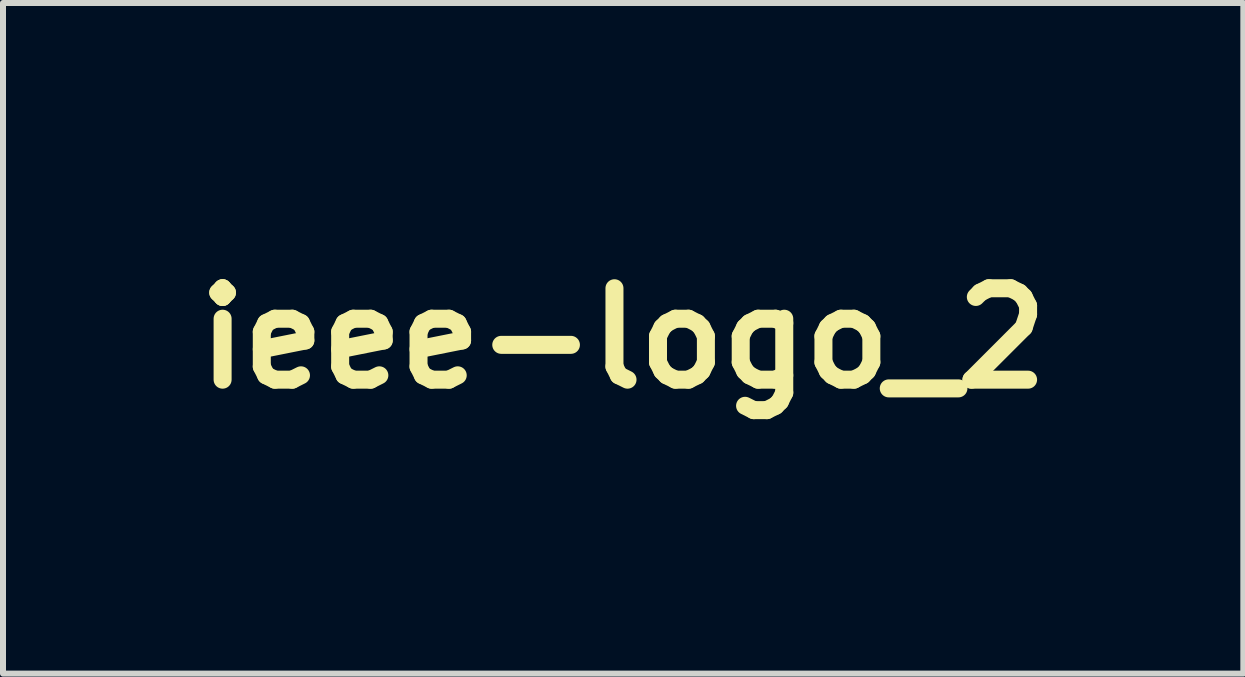
<source format=kicad_pcb>
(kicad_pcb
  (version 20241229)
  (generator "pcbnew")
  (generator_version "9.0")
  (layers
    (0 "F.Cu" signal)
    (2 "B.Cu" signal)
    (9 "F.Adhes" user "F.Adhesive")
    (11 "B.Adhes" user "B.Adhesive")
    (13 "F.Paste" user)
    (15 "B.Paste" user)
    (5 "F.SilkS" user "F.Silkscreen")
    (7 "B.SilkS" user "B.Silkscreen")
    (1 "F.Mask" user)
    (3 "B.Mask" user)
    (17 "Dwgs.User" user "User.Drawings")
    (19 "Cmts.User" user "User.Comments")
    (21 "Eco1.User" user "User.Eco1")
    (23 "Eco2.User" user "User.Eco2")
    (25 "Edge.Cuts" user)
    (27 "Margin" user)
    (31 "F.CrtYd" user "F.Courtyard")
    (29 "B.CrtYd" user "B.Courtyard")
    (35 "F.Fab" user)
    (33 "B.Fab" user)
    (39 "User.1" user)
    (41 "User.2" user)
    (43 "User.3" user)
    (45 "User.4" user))
  (footprint "ieee-logo_2"
    (layer "F.Cu")
    (at 7.337 2.589)
    (property "Reference" "ieee-logo_2" (at 0 0 0) (layer "F.SilkS") (effects (font (size 1.524 1.524) (thickness 0.3))))
    (attr through_hole)
    (fp_poly (pts (xy -0.004 -0.128) (xy 0.004 -0.127) (xy 0.005 -0.065) (xy 0.006 -0.003) (xy 0.03 -0.012) (xy 0.041 -0.016) (xy 0.05 -0.019) (xy 0.056 -0.021) (xy 0.057 -0.021) (xy 0.059 -0.018) (xy 0.061 -0.013) (xy 0.062 -0.008) (xy 0.062 -0.007) (xy 0.059 -0.006) (xy 0.051 -0.003) (xy 0.04 0.001) (xy 0.027 0.006) (xy 0.024 0.007) (xy -0.012 0.02) (xy -0.012 -0.129) (xy -0.004 -0.128)) (stroke (width 0.01) (type solid)) (fill yes) (layer "F.Mask"))
    (fp_poly (pts (xy 0.009 -0.808) (xy 0.023 -0.802) (xy 0.035 -0.793) (xy 0.042 -0.783) (xy 0.049 -0.769) (xy 0.05 -0.63) (xy 0.051 -0.49) (xy -0.045 -0.49) (xy -0.045 -0.625) (xy -0.045 -0.664) (xy -0.044 -0.697) (xy -0.044 -0.724) (xy -0.044 -0.745) (xy -0.043 -0.76) (xy -0.042 -0.77) (xy -0.041 -0.772) (xy -0.036 -0.785) (xy -0.026 -0.796) (xy -0.015 -0.804) (xy -0.005 -0.808) (xy 0.009 -0.808)) (stroke (width 0.01) (type solid)) (fill yes) (layer "F.Mask"))
    (fp_poly (pts (xy 0.153 -0.807) (xy 0.166 -0.8) (xy 0.169 -0.797) (xy 0.173 -0.793) (xy 0.177 -0.789) (xy 0.18 -0.785) (xy 0.182 -0.779) (xy 0.184 -0.772) (xy 0.186 -0.762) (xy 0.187 -0.75) (xy 0.187 -0.735) (xy 0.188 -0.715) (xy 0.188 -0.692) (xy 0.188 -0.663) (xy 0.188 -0.63) (xy 0.188 -0.49) (xy 0.092 -0.49) (xy 0.093 -0.63) (xy 0.094 -0.769) (xy 0.102 -0.783) (xy 0.112 -0.796) (xy 0.124 -0.805) (xy 0.138 -0.808) (xy 0.153 -0.807)) (stroke (width 0.01) (type solid)) (fill yes) (layer "F.Mask"))
    (fp_poly (pts (xy -0.125 -0.807) (xy -0.111 -0.799) (xy -0.108 -0.797) (xy -0.104 -0.793) (xy -0.101 -0.79) (xy -0.098 -0.786) (xy -0.095 -0.781) (xy -0.094 -0.775) (xy -0.092 -0.767) (xy -0.091 -0.756) (xy -0.09 -0.742) (xy -0.09 -0.725) (xy -0.09 -0.704) (xy -0.09 -0.678) (xy -0.09 -0.647) (xy -0.09 -0.49) (xy -0.182 -0.49) (xy -0.182 -0.628) (xy -0.182 -0.661) (xy -0.182 -0.69) (xy -0.182 -0.713) (xy -0.182 -0.732) (xy -0.181 -0.748) (xy -0.18 -0.76) (xy -0.179 -0.769) (xy -0.177 -0.776) (xy -0.175 -0.782) (xy -0.173 -0.787) (xy -0.17 -0.791) (xy -0.166 -0.795) (xy -0.165 -0.796) (xy -0.153 -0.805) (xy -0.139 -0.809) (xy -0.125 -0.807)) (stroke (width 0.01) (type solid)) (fill yes) (layer "F.Mask"))
    (fp_poly (pts (xy 0.045 -0.173) (xy 0.076 -0.163) (xy 0.104 -0.147) (xy 0.128 -0.127) (xy 0.148 -0.103) (xy 0.165 -0.074) (xy 0.172 -0.055) (xy 0.179 -0.027) (xy 0.181 0.002) (xy 0.178 0.031) (xy 0.172 0.055) (xy 0.159 0.086) (xy 0.141 0.113) (xy 0.119 0.135) (xy 0.094 0.153) (xy 0.065 0.167) (xy 0.034 0.175) (xy 0.009 0.178) (xy -0.013 0.178) (xy -0.033 0.175) (xy -0.036 0.175) (xy -0.066 0.165) (xy -0.093 0.15) (xy -0.119 0.13) (xy -0.123 0.126) (xy -0.141 0.104) (xy -0.155 0.083) (xy -0.166 0.059) (xy -0.17 0.043) (xy -0.175 0.012) (xy -0.175 -0.003) (xy -0.159 -0.003) (xy -0.157 0.025) (xy -0.151 0.053) (xy -0.139 0.08) (xy -0.135 0.085) (xy -0.116 0.11) (xy -0.093 0.131) (xy -0.068 0.146) (xy -0.041 0.157) (xy -0.036 0.158) (xy -0.023 0.16) (xy -0.006 0.161) (xy 0.011 0.161) (xy 0.028 0.16) (xy 0.042 0.157) (xy 0.045 0.157) (xy 0.072 0.146) (xy 0.097 0.13) (xy 0.12 0.111) (xy 0.138 0.089) (xy 0.146 0.076) (xy 0.157 0.048) (xy 0.164 0.019) (xy 0.164 -0.01) (xy 0.16 -0.038) (xy 0.151 -0.065) (xy 0.137 -0.089) (xy 0.119 -0.112) (xy 0.097 -0.131) (xy 0.071 -0.146) (xy 0.043 -0.157) (xy 0.025 -0.16) (xy 0.004 -0.161) (xy -0.018 -0.16) (xy -0.039 -0.157) (xy -0.056 -0.152) (xy -0.084 -0.137) (xy -0.108 -0.118) (xy -0.128 -0.095) (xy -0.135 -0.085) (xy -0.148 -0.06) (xy -0.156 -0.032) (xy -0.159 -0.003) (xy -0.175 -0.003) (xy -0.175 -0.02) (xy -0.168 -0.051) (xy -0.156 -0.082) (xy -0.155 -0.085) (xy -0.143 -0.103) (xy -0.127 -0.121) (xy -0.109 -0.138) (xy -0.09 -0.153) (xy -0.078 -0.159) (xy -0.048 -0.171) (xy -0.018 -0.178) (xy 0.012 -0.178) (xy 0.045 -0.173)) (stroke (width 0.01) (type solid)) (fill yes) (layer "F.Mask"))
    (fp_poly (pts (xy 0.044 -2.581) (xy 0.082 -2.572) (xy 0.119 -2.559) (xy 0.154 -2.54) (xy 0.187 -2.516) (xy 0.201 -2.504) (xy 0.209 -2.496) (xy 0.219 -2.485) (xy 0.231 -2.47) (xy 0.244 -2.453) (xy 0.257 -2.434) (xy 0.261 -2.429) (xy 0.379 -2.269) (xy 0.497 -2.114) (xy 0.617 -1.964) (xy 0.739 -1.817) (xy 0.863 -1.673) (xy 0.991 -1.532) (xy 1.123 -1.391) (xy 1.228 -1.284) (xy 1.395 -1.119) (xy 1.565 -0.959) (xy 1.739 -0.804) (xy 1.917 -0.653) (xy 2.099 -0.506) (xy 2.286 -0.364) (xy 2.392 -0.285) (xy 2.421 -0.265) (xy 2.445 -0.247) (xy 2.465 -0.231) (xy 2.481 -0.218) (xy 2.495 -0.206) (xy 2.507 -0.196) (xy 2.516 -0.186) (xy 2.525 -0.176) (xy 2.532 -0.166) (xy 2.532 -0.166) (xy 2.554 -0.131) (xy 2.57 -0.094) (xy 2.58 -0.056) (xy 2.585 -0.015) (xy 2.586 0.007) (xy 2.583 0.047) (xy 2.576 0.085) (xy 2.563 0.12) (xy 2.545 0.155) (xy 2.539 0.164) (xy 2.53 0.177) (xy 2.521 0.189) (xy 2.509 0.201) (xy 2.496 0.213) (xy 2.481 0.227) (xy 2.462 0.242) (xy 2.439 0.258) (xy 2.412 0.278) (xy 2.402 0.285) (xy 2.219 0.416) (xy 2.039 0.553) (xy 1.863 0.694) (xy 1.691 0.84) (xy 1.523 0.99) (xy 1.358 1.144) (xy 1.198 1.303) (xy 1.042 1.466) (xy 0.89 1.633) (xy 0.742 1.804) (xy 0.599 1.978) (xy 0.461 2.157) (xy 0.327 2.339) (xy 0.282 2.403) (xy 0.261 2.433) (xy 0.242 2.458) (xy 0.225 2.479) (xy 0.209 2.497) (xy 0.195 2.512) (xy 0.18 2.525) (xy 0.165 2.536) (xy 0.149 2.546) (xy 0.132 2.554) (xy 0.126 2.557) (xy 0.097 2.568) (xy 0.064 2.577) (xy 0.03 2.582) (xy -0.003 2.584) (xy -0.034 2.582) (xy -0.039 2.582) (xy -0.061 2.577) (xy -0.085 2.569) (xy -0.11 2.56) (xy -0.133 2.55) (xy -0.147 2.542) (xy -0.165 2.53) (xy -0.183 2.516) (xy -0.199 2.5) (xy -0.217 2.481) (xy -0.235 2.458) (xy -0.255 2.431) (xy -0.26 2.423) (xy -0.379 2.255) (xy -0.5 2.093) (xy -0.623 1.935) (xy -0.75 1.781) (xy -0.88 1.63) (xy -1.014 1.481) (xy -1.085 1.406) (xy -1.108 1.382) (xy -1.134 1.355) (xy -1.163 1.325) (xy -1.194 1.294) (xy -1.227 1.261) (xy -1.261 1.227) (xy -1.294 1.194) (xy -1.327 1.162) (xy -1.359 1.13) (xy -1.389 1.101) (xy -1.417 1.075) (xy -1.442 1.052) (xy -1.452 1.042) (xy -1.584 0.922) (xy -1.72 0.804) (xy -1.857 0.689) (xy -1.995 0.578) (xy -2.135 0.47) (xy -2.274 0.368) (xy -2.413 0.271) (xy -2.422 0.264) (xy -2.456 0.24) (xy -2.486 0.215) (xy -2.51 0.191) (xy -2.53 0.167) (xy -2.547 0.141) (xy -2.56 0.113) (xy -2.571 0.082) (xy -2.573 0.073) (xy -2.577 0.054) (xy -2.579 0.032) (xy -2.58 0.007) (xy -2.58 0) (xy -2.087 0) (xy -2.085 0.035) (xy -2.079 0.066) (xy -2.068 0.095) (xy -2.052 0.124) (xy -2.042 0.139) (xy -2.039 0.142) (xy -2.032 0.15) (xy -2.021 0.161) (xy -2.006 0.176) (xy -1.988 0.195) (xy -1.966 0.217) (xy -1.941 0.242) (xy -1.913 0.27) (xy -1.883 0.301) (xy -1.849 0.335) (xy -1.813 0.372) (xy -1.774 0.411) (xy -1.733 0.452) (xy -1.69 0.495) (xy -1.645 0.54) (xy -1.598 0.587) (xy -1.55 0.635) (xy -1.5 0.685) (xy -1.449 0.736) (xy -1.397 0.788) (xy -1.344 0.842) (xy -1.29 0.895) (xy -1.236 0.95) (xy -1.181 1.005) (xy -1.126 1.06) (xy -1.07 1.115) (xy -1.015 1.17) (xy -0.96 1.225) (xy -0.906 1.28) (xy -0.851 1.334) (xy -0.798 1.387) (xy -0.746 1.44) (xy -0.694 1.491) (xy -0.644 1.541) (xy -0.595 1.59) (xy -0.547 1.637) (xy -0.502 1.683) (xy -0.458 1.726) (xy -0.416 1.768) (xy -0.376 1.808) (xy -0.339 1.845) (xy -0.304 1.879) (xy -0.272 1.911) (xy -0.243 1.94) (xy -0.217 1.966) (xy -0.193 1.989) (xy -0.174 2.008) (xy -0.157 2.024) (xy -0.145 2.036) (xy -0.136 2.045) (xy -0.131 2.049) (xy -0.131 2.05) (xy -0.117 2.058) (xy -0.1 2.067) (xy -0.083 2.074) (xy -0.068 2.08) (xy -0.06 2.083) (xy -0.028 2.089) (xy 0.006 2.09) (xy 0.041 2.087) (xy 0.063 2.082) (xy 0.093 2.072) (xy 0.122 2.057) (xy 0.146 2.041) (xy 0.15 2.038) (xy 0.157 2.031) (xy 0.169 2.02) (xy 0.184 2.005) (xy 0.203 1.986) (xy 0.225 1.964) (xy 0.251 1.938) (xy 0.28 1.91) (xy 0.312 1.878) (xy 0.348 1.843) (xy 0.386 1.805) (xy 0.426 1.764) (xy 0.47 1.721) (xy 0.516 1.675) (xy 0.564 1.628) (xy 0.614 1.577) (xy 0.666 1.525) (xy 0.72 1.471) (xy 0.776 1.416) (xy 0.833 1.358) (xy 0.892 1.299) (xy 0.953 1.239) (xy 1.014 1.178) (xy 1.077 1.115) (xy 1.104 1.087) (xy 1.18 1.011) (xy 1.252 0.939) (xy 1.32 0.872) (xy 1.384 0.808) (xy 1.444 0.747) (xy 1.501 0.691) (xy 1.554 0.638) (xy 1.603 0.588) (xy 1.649 0.542) (xy 1.693 0.499) (xy 1.733 0.458) (xy 1.77 0.421) (xy 1.804 0.387) (xy 1.835 0.355) (xy 1.864 0.326) (xy 1.891 0.299) (xy 1.915 0.274) (xy 1.937 0.252) (xy 1.957 0.232) (xy 1.974 0.213) (xy 1.99 0.197) (xy 2.004 0.182) (xy 2.016 0.169) (xy 2.027 0.157) (xy 2.036 0.147) (xy 2.044 0.138) (xy 2.051 0.13) (xy 2.057 0.123) (xy 2.062 0.117) (xy 2.065 0.112) (xy 2.068 0.107) (xy 2.071 0.103) (xy 2.073 0.099) (xy 2.074 0.095) (xy 2.076 0.092) (xy 2.077 0.089) (xy 2.078 0.085) (xy 2.079 0.082) (xy 2.08 0.078) (xy 2.081 0.075) (xy 2.084 0.065) (xy 2.087 0.057) (xy 2.089 0.049) (xy 2.09 0.04) (xy 2.09 0.029) (xy 2.09 0.014) (xy 2.09 0) (xy 2.09 -0.018) (xy 2.09 -0.032) (xy 2.089 -0.043) (xy 2.088 -0.051) (xy 2.086 -0.059) (xy 2.084 -0.068) (xy 2.081 -0.075) (xy 2.08 -0.079) (xy 2.078 -0.083) (xy 2.077 -0.087) (xy 2.076 -0.09) (xy 2.075 -0.093) (xy 2.074 -0.097) (xy 2.072 -0.1) (xy 2.07 -0.104) (xy 2.067 -0.109) (xy 2.064 -0.114) (xy 2.06 -0.119) (xy 2.055 -0.126) (xy 2.049 -0.133) (xy 2.041 -0.141) (xy 2.033 -0.151) (xy 2.023 -0.162) (xy 2.012 -0.174) (xy 1.999 -0.188) (xy 1.984 -0.203) (xy 1.968 -0.22) (xy 1.949 -0.239) (xy 1.929 -0.26) (xy 1.906 -0.284) (xy 1.881 -0.309) (xy 1.853 -0.337) (xy 1.823 -0.367) (xy 1.791 -0.4) (xy 1.755 -0.435) (xy 1.717 -0.474) (xy 1.676 -0.515) (xy 1.632 -0.56) (xy 1.584 -0.607) (xy 1.533 -0.658) (xy 1.479 -0.713) (xy 1.421 -0.771) (xy 1.359 -0.832) (xy 1.294 -0.898) (xy 1.224 -0.967) (xy 1.151 -1.041) (xy 1.104 -1.087) (xy 1.042 -1.15) (xy 0.98 -1.212) (xy 0.919 -1.273) (xy 0.859 -1.332) (xy 0.801 -1.39) (xy 0.745 -1.447) (xy 0.69 -1.502) (xy 0.637 -1.555) (xy 0.586 -1.606) (xy 0.537 -1.655) (xy 0.49 -1.701) (xy 0.445 -1.745) (xy 0.403 -1.787) (xy 0.364 -1.826) (xy 0.328 -1.862) (xy 0.294 -1.896) (xy 0.264 -1.926) (xy 0.236 -1.953) (xy 0.212 -1.977) (xy 0.192 -1.997) (xy 0.175 -2.014) (xy 0.162 -2.027) (xy 0.153 -2.035) (xy 0.147 -2.04) (xy 0.146 -2.041) (xy 0.116 -2.061) (xy 0.084 -2.076) (xy 0.051 -2.085) (xy 0.014 -2.089) (xy 0.003 -2.089) (xy -0.034 -2.087) (xy -0.068 -2.08) (xy -0.101 -2.067) (xy -0.131 -2.05) (xy -0.134 -2.047) (xy -0.141 -2.04) (xy -0.152 -2.029) (xy -0.167 -2.015) (xy -0.186 -1.997) (xy -0.207 -1.975) (xy -0.232 -1.95) (xy -0.261 -1.922) (xy -0.292 -1.892) (xy -0.325 -1.858) (xy -0.362 -1.822) (xy -0.401 -1.783) (xy -0.442 -1.743) (xy -0.485 -1.7) (xy -0.53 -1.655) (xy -0.577 -1.608) (xy -0.625 -1.56) (xy -0.675 -1.51) (xy -0.726 -1.459) (xy -0.778 -1.407) (xy -0.831 -1.354) (xy -0.885 -1.301) (xy -0.939 -1.246) (xy -0.994 -1.191) (xy -1.049 -1.136) (xy -1.105 -1.081) (xy -1.16 -1.026) (xy -1.215 -0.971) (xy -1.27 -0.916) (xy -1.324 -0.862) (xy -1.377 -0.809) (xy -1.43 -0.756) (xy -1.481 -0.704) (xy -1.531 -0.654) (xy -1.58 -0.605) (xy -1.627 -0.558) (xy -1.673 -0.512) (xy -1.717 -0.468) (xy -1.759 -0.426) (xy -1.798 -0.386) (xy -1.835 -0.349) (xy -1.87 -0.314) (xy -1.902 -0.282) (xy -1.931 -0.252) (xy -1.957 -0.226) (xy -1.98 -0.203) (xy -2 -0.183) (xy -2.016 -0.166) (xy -2.028 -0.154) (xy -2.037 -0.145) (xy -2.042 -0.14) (xy -2.042 -0.139) (xy -2.061 -0.11) (xy -2.074 -0.081) (xy -2.082 -0.051) (xy -2.086 -0.018) (xy -2.087 0) (xy -2.58 0) (xy -2.58 -0.018) (xy -2.578 -0.042) (xy -2.575 -0.062) (xy -2.573 -0.07) (xy -2.559 -0.111) (xy -2.541 -0.148) (xy -2.517 -0.181) (xy -2.498 -0.203) (xy -2.489 -0.211) (xy -2.477 -0.221) (xy -2.462 -0.233) (xy -2.445 -0.246) (xy -2.428 -0.259) (xy -2.425 -0.261) (xy -2.233 -0.404) (xy -2.046 -0.551) (xy -1.862 -0.702) (xy -1.682 -0.857) (xy -1.506 -1.017) (xy -1.335 -1.181) (xy -1.167 -1.348) (xy -1.004 -1.52) (xy -0.846 -1.695) (xy -0.692 -1.873) (xy -0.543 -2.055) (xy -0.399 -2.241) (xy -0.275 -2.409) (xy -0.261 -2.427) (xy -0.247 -2.446) (xy -0.234 -2.463) (xy -0.222 -2.478) (xy -0.213 -2.489) (xy -0.207 -2.496) (xy -0.176 -2.523) (xy -0.143 -2.546) (xy -0.108 -2.563) (xy -0.071 -2.575) (xy -0.033 -2.582) (xy 0.006 -2.584) (xy 0.044 -2.581)) (stroke (width 0.01) (type solid)) (fill yes) (layer "F.Mask"))
    (fp_poly (pts (xy 0.026 -1.987) (xy 0.054 -1.979) (xy 0.064 -1.975) (xy 0.065 -1.974) (xy 0.068 -1.972) (xy 0.071 -1.97) (xy 0.074 -1.967) (xy 0.079 -1.963) (xy 0.084 -1.958) (xy 0.091 -1.952) (xy 0.098 -1.945) (xy 0.108 -1.936) (xy 0.118 -1.926) (xy 0.13 -1.914) (xy 0.144 -1.901) (xy 0.16 -1.886) (xy 0.177 -1.869) (xy 0.197 -1.849) (xy 0.218 -1.828) (xy 0.242 -1.804) (xy 0.268 -1.778) (xy 0.297 -1.75) (xy 0.329 -1.718) (xy 0.363 -1.685) (xy 0.4 -1.648) (xy 0.44 -1.608) (xy 0.483 -1.565) (xy 0.529 -1.519) (xy 0.578 -1.47) (xy 0.631 -1.417) (xy 0.688 -1.361) (xy 0.748 -1.3) (xy 0.812 -1.237) (xy 0.879 -1.169) (xy 0.951 -1.097) (xy 1.017 -1.031) (xy 1.08 -0.969) (xy 1.142 -0.907) (xy 1.202 -0.846) (xy 1.261 -0.787) (xy 1.319 -0.729) (xy 1.376 -0.673) (xy 1.43 -0.618) (xy 1.483 -0.565) (xy 1.534 -0.514) (xy 1.582 -0.466) (xy 1.629 -0.419) (xy 1.673 -0.375) (xy 1.714 -0.333) (xy 1.753 -0.294) (xy 1.789 -0.258) (xy 1.822 -0.225) (xy 1.852 -0.195) (xy 1.879 -0.168) (xy 1.902 -0.144) (xy 1.922 -0.124) (xy 1.938 -0.107) (xy 1.951 -0.094) (xy 1.96 -0.086) (xy 1.964 -0.081) (xy 1.965 -0.08) (xy 1.979 -0.056) (xy 1.988 -0.031) (xy 1.991 -0.004) (xy 1.99 0.022) (xy 1.982 0.048) (xy 1.97 0.072) (xy 1.965 0.08) (xy 1.962 0.083) (xy 1.955 0.091) (xy 1.944 0.102) (xy 1.929 0.117) (xy 1.91 0.136) (xy 1.888 0.158) (xy 1.863 0.184) (xy 1.835 0.212) (xy 1.803 0.244) (xy 1.768 0.279) (xy 1.731 0.316) (xy 1.691 0.357) (xy 1.649 0.399) (xy 1.604 0.444) (xy 1.557 0.491) (xy 1.508 0.54) (xy 1.458 0.591) (xy 1.405 0.644) (xy 1.351 0.698) (xy 1.295 0.754) (xy 1.238 0.81) (xy 1.18 0.869) (xy 1.124 0.925) (xy 0.296 1.753) (xy 0.296 1.68) (xy 0.273 1.679) (xy 0.25 1.678) (xy 0.249 0.645) (xy 0.249 0.581) (xy 0.442 0.581) (xy 0.443 0.591) (xy 0.444 0.597) (xy 0.445 0.608) (xy 0.447 0.623) (xy 0.449 0.641) (xy 0.451 0.661) (xy 0.452 0.669) (xy 0.458 0.736) (xy 0.476 0.734) (xy 0.485 0.733) (xy 0.498 0.731) (xy 0.514 0.728) (xy 0.533 0.725) (xy 0.554 0.722) (xy 0.566 0.72) (xy 0.654 0.704) (xy 0.739 0.686) (xy 0.821 0.667) (xy 0.898 0.646) (xy 0.973 0.624) (xy 1.043 0.6) (xy 1.108 0.575) (xy 1.169 0.549) (xy 1.226 0.522) (xy 1.277 0.493) (xy 1.324 0.464) (xy 1.364 0.433) (xy 1.399 0.402) (xy 1.4 0.401) (xy 1.429 0.37) (xy 1.453 0.339) (xy 1.47 0.308) (xy 1.482 0.276) (xy 1.489 0.243) (xy 1.491 0.215) (xy 1.49 0.188) (xy 1.485 0.164) (xy 1.477 0.14) (xy 1.47 0.124) (xy 1.451 0.092) (xy 1.426 0.06) (xy 1.395 0.031) (xy 1.359 0.002) (xy 1.317 -0.026) (xy 1.27 -0.052) (xy 1.217 -0.077) (xy 1.159 -0.101) (xy 1.097 -0.123) (xy 1.028 -0.144) (xy 0.955 -0.164) (xy 0.935 -0.168) (xy 0.88 -0.181) (xy 0.866 -0.225) (xy 0.861 -0.241) (xy 0.857 -0.254) (xy 0.854 -0.264) (xy 0.852 -0.269) (xy 0.851 -0.271) (xy 0.848 -0.271) (xy 0.84 -0.27) (xy 0.826 -0.269) (xy 0.809 -0.268) (xy 0.788 -0.266) (xy 0.764 -0.264) (xy 0.738 -0.262) (xy 0.71 -0.26) (xy 0.681 -0.258) (xy 0.651 -0.255) (xy 0.621 -0.253) (xy 0.592 -0.251) (xy 0.564 -0.248) (xy 0.538 -0.246) (xy 0.514 -0.244) (xy 0.493 -0.242) (xy 0.476 -0.241) (xy 0.463 -0.239) (xy 0.455 -0.239) (xy 0.452 -0.238) (xy 0.455 -0.237) (xy 0.463 -0.234) (xy 0.475 -0.23) (xy 0.492 -0.225) (xy 0.512 -0.218) (xy 0.535 -0.21) (xy 0.561 -0.202) (xy 0.589 -0.192) (xy 0.618 -0.183) (xy 0.649 -0.173) (xy 0.68 -0.163) (xy 0.711 -0.152) (xy 0.741 -0.143) (xy 0.771 -0.133) (xy 0.799 -0.124) (xy 0.825 -0.116) (xy 0.848 -0.108) (xy 0.868 -0.102) (xy 0.885 -0.096) (xy 0.897 -0.093) (xy 0.905 -0.09) (xy 0.907 -0.09) (xy 0.908 -0.092) (xy 0.907 -0.1) (xy 0.903 -0.114) (xy 0.902 -0.116) (xy 0.899 -0.127) (xy 0.896 -0.136) (xy 0.895 -0.142) (xy 0.895 -0.143) (xy 0.899 -0.143) (xy 0.907 -0.141) (xy 0.92 -0.137) (xy 0.936 -0.132) (xy 0.955 -0.126) (xy 0.977 -0.119) (xy 0.999 -0.111) (xy 1.023 -0.102) (xy 1.046 -0.093) (xy 1.069 -0.085) (xy 1.091 -0.076) (xy 1.11 -0.068) (xy 1.12 -0.064) (xy 1.17 -0.041) (xy 1.215 -0.017) (xy 1.257 0.008) (xy 1.294 0.033) (xy 1.326 0.059) (xy 1.353 0.085) (xy 1.376 0.111) (xy 1.393 0.137) (xy 1.405 0.163) (xy 1.412 0.189) (xy 1.413 0.214) (xy 1.411 0.227) (xy 1.402 0.253) (xy 1.388 0.279) (xy 1.368 0.305) (xy 1.342 0.33) (xy 1.311 0.354) (xy 1.276 0.378) (xy 1.235 0.4) (xy 1.19 0.422) (xy 1.14 0.443) (xy 1.086 0.463) (xy 1.028 0.481) (xy 0.966 0.499) (xy 0.901 0.515) (xy 0.832 0.53) (xy 0.759 0.543) (xy 0.683 0.555) (xy 0.605 0.565) (xy 0.568 0.569) (xy 0.546 0.571) (xy 0.524 0.573) (xy 0.504 0.575) (xy 0.487 0.577) (xy 0.473 0.578) (xy 0.47 0.578) (xy 0.442 0.581) (xy 0.249 0.581) (xy 0.248 -0.388) (xy 0.293 -0.388) (xy 0.293 -0.421) (xy 0.271 -0.422) (xy 0.25 -0.423) (xy 0.25 -0.877) (xy 0.271 -0.878) (xy 0.293 -0.879) (xy 0.293 -0.911) (xy 0.249 -0.911) (xy 0.232 -1) (xy 0.226 -1.029) (xy 0.221 -1.051) (xy 0.217 -1.069) (xy 0.214 -1.082) (xy 0.211 -1.09) (xy 0.209 -1.094) (xy 0.209 -1.094) (xy 0.206 -1.1) (xy 0.203 -1.109) (xy 0.202 -1.115) (xy 0.2 -1.124) (xy 0.198 -1.127) (xy 0.196 -1.123) (xy 0.194 -1.115) (xy 0.193 -1.108) (xy 0.191 -1.099) (xy 0.188 -1.094) (xy 0.187 -1.094) (xy 0.184 -1.091) (xy 0.181 -1.082) (xy 0.178 -1.067) (xy 0.176 -1.059) (xy 0.173 -1.045) (xy 0.171 -1.033) (xy 0.169 -1.024) (xy 0.168 -1.02) (xy 0.167 -1.022) (xy 0.164 -1.03) (xy 0.16 -1.042) (xy 0.155 -1.059) (xy 0.149 -1.08) (xy 0.142 -1.105) (xy 0.134 -1.133) (xy 0.126 -1.164) (xy 0.117 -1.197) (xy 0.107 -1.233) (xy 0.102 -1.25) (xy 0.039 -1.484) (xy 0.039 -1.523) (xy 0.039 -1.539) (xy 0.039 -1.55) (xy 0.038 -1.557) (xy 0.037 -1.561) (xy 0.035 -1.563) (xy 0.033 -1.563) (xy 0.028 -1.565) (xy 0.026 -1.568) (xy 0.025 -1.572) (xy 0.024 -1.582) (xy 0.022 -1.595) (xy 0.02 -1.612) (xy 0.017 -1.632) (xy 0.015 -1.652) (xy 0.012 -1.672) (xy 0.01 -1.691) (xy 0.007 -1.707) (xy 0.006 -1.719) (xy 0.004 -1.727) (xy 0.004 -1.729) (xy 0.003 -1.726) (xy 0.002 -1.718) (xy 0.00043 -1.706) (xy -0.002 -1.691) (xy -0.004 -1.673) (xy -0.007 -1.655) (xy -0.009 -1.635) (xy -0.012 -1.617) (xy -0.014 -1.6) (xy -0.016 -1.585) (xy -0.017 -1.574) (xy -0.018 -1.567) (xy -0.018 -1.565) (xy -0.02 -1.563) (xy -0.024 -1.563) (xy -0.026 -1.563) (xy -0.028 -1.561) (xy -0.029 -1.557) (xy -0.03 -1.55) (xy -0.03 -1.538) (xy -0.03 -1.526) (xy -0.03 -1.49) (xy -0.093 -1.254) (xy -0.103 -1.218) (xy -0.112 -1.183) (xy -0.121 -1.151) (xy -0.13 -1.121) (xy -0.137 -1.094) (xy -0.143 -1.071) (xy -0.149 -1.051) (xy -0.153 -1.036) (xy -0.156 -1.025) (xy -0.158 -1.02) (xy -0.159 -1.019) (xy -0.16 -1.022) (xy -0.162 -1.029) (xy -0.164 -1.04) (xy -0.167 -1.054) (xy -0.167 -1.054) (xy -0.171 -1.072) (xy -0.174 -1.084) (xy -0.177 -1.092) (xy -0.18 -1.095) (xy -0.184 -1.101) (xy -0.186 -1.108) (xy -0.187 -1.117) (xy -0.188 -1.124) (xy -0.189 -1.127) (xy -0.191 -1.126) (xy -0.192 -1.12) (xy -0.194 -1.112) (xy -0.197 -1.102) (xy -0.2 -1.096) (xy -0.202 -1.094) (xy -0.203 -1.091) (xy -0.206 -1.082) (xy -0.21 -1.068) (xy -0.214 -1.047) (xy -0.22 -1.022) (xy -0.222 -1.008) (xy -0.227 -0.986) (xy -0.231 -0.965) (xy -0.234 -0.948) (xy -0.237 -0.933) (xy -0.24 -0.923) (xy -0.241 -0.917) (xy -0.241 -0.917) (xy -0.243 -0.914) (xy -0.247 -0.912) (xy -0.254 -0.912) (xy -0.265 -0.911) (xy -0.287 -0.911) (xy -0.287 -0.879) (xy -0.245 -0.879) (xy -0.245 -0.421) (xy -0.287 -0.421) (xy -0.287 -0.388) (xy -0.245 -0.388) (xy -0.245 1.679) (xy -0.29 1.679) (xy -0.291 1.715) (xy -0.291 1.751) (xy -1.128 0.914) (xy -1.199 0.843) (xy -1.266 0.776) (xy -1.329 0.713) (xy -1.388 0.654) (xy -1.443 0.599) (xy -1.494 0.547) (xy -1.542 0.499) (xy -1.587 0.454) (xy -1.629 0.413) (xy -1.667 0.374) (xy -1.702 0.339) (xy -1.735 0.306) (xy -1.765 0.276) (xy -1.792 0.249) (xy -1.816 0.224) (xy -1.835 0.206) (xy -1.486 0.206) (xy -1.486 0.226) (xy -1.484 0.246) (xy -1.482 0.263) (xy -1.481 0.266) (xy -1.468 0.301) (xy -1.45 0.335) (xy -1.426 0.369) (xy -1.395 0.401) (xy -1.359 0.433) (xy -1.317 0.464) (xy -1.269 0.495) (xy -1.215 0.524) (xy -1.2 0.532) (xy -1.134 0.562) (xy -1.063 0.591) (xy -0.987 0.617) (xy -0.906 0.643) (xy -0.821 0.666) (xy -0.732 0.687) (xy -0.638 0.706) (xy -0.544 0.723) (xy -0.526 0.726) (xy -0.51 0.728) (xy -0.496 0.731) (xy -0.486 0.732) (xy -0.481 0.733) (xy -0.474 0.734) (xy -0.465 0.735) (xy -0.458 0.735) (xy -0.454 0.735) (xy -0.454 0.734) (xy -0.453 0.73) (xy -0.452 0.721) (xy -0.451 0.709) (xy -0.449 0.693) (xy -0.447 0.676) (xy -0.445 0.657) (xy -0.444 0.639) (xy -0.442 0.622) (xy -0.441 0.606) (xy -0.44 0.594) (xy -0.439 0.586) (xy -0.439 0.582) (xy -0.439 0.582) (xy -0.442 0.581) (xy -0.451 0.58) (xy -0.463 0.579) (xy -0.479 0.577) (xy -0.497 0.576) (xy -0.499 0.575) (xy -0.583 0.567) (xy -0.664 0.557) (xy -0.742 0.545) (xy -0.818 0.532) (xy -0.89 0.516) (xy -0.958 0.5) (xy -1.023 0.482) (xy -1.083 0.462) (xy -1.14 0.441) (xy -1.191 0.419) (xy -1.238 0.396) (xy -1.28 0.372) (xy -1.316 0.346) (xy -1.347 0.32) (xy -1.353 0.315) (xy -1.366 0.302) (xy -1.375 0.29) (xy -1.383 0.279) (xy -1.39 0.267) (xy -1.393 0.262) (xy -1.399 0.248) (xy -1.403 0.238) (xy -1.405 0.228) (xy -1.407 0.216) (xy -1.407 0.212) (xy -1.407 0.197) (xy -1.406 0.185) (xy -1.403 0.172) (xy -1.401 0.167) (xy -1.389 0.139) (xy -1.372 0.112) (xy -1.349 0.084) (xy -1.32 0.057) (xy -1.286 0.031) (xy -1.247 0.005) (xy -1.203 -0.021) (xy -1.155 -0.045) (xy -1.102 -0.069) (xy -1.045 -0.092) (xy -0.984 -0.114) (xy -0.919 -0.135) (xy -0.85 -0.155) (xy -0.778 -0.174) (xy -0.703 -0.192) (xy -0.624 -0.208) (xy -0.543 -0.222) (xy -0.521 -0.226) (xy -0.501 -0.229) (xy -0.484 -0.232) (xy -0.47 -0.234) (xy -0.459 -0.236) (xy -0.453 -0.238) (xy -0.452 -0.238) (xy -0.455 -0.238) (xy -0.464 -0.238) (xy -0.477 -0.237) (xy -0.493 -0.235) (xy -0.512 -0.234) (xy -0.533 -0.231) (xy -0.556 -0.229) (xy -0.578 -0.227) (xy -0.601 -0.224) (xy -0.622 -0.222) (xy -0.641 -0.22) (xy -0.642 -0.219) (xy -0.726 -0.208) (xy -0.807 -0.194) (xy -0.885 -0.178) (xy -0.96 -0.161) (xy -1.031 -0.142) (xy -1.097 -0.122) (xy -1.159 -0.1) (xy -1.17 -0.095) (xy -1.191 -0.086) (xy -1.216 -0.075) (xy -1.241 -0.063) (xy -1.266 -0.05) (xy -1.29 -0.038) (xy -1.311 -0.026) (xy -1.329 -0.016) (xy -1.33 -0.015) (xy -1.37 0.014) (xy -1.404 0.044) (xy -1.433 0.075) (xy -1.455 0.106) (xy -1.472 0.139) (xy -1.482 0.17) (xy -1.485 0.186) (xy -1.486 0.206) (xy -1.835 0.206) (xy -1.839 0.202) (xy -1.859 0.181) (xy -1.877 0.163) (xy -1.892 0.147) (xy -1.906 0.133) (xy -1.919 0.12) (xy -1.929 0.109) (xy -1.938 0.099) (xy -1.946 0.091) (xy -1.953 0.084) (xy -1.958 0.078) (xy -1.962 0.073) (xy -1.966 0.069) (xy -1.968 0.066) (xy -1.97 0.063) (xy -1.972 0.061) (xy -1.973 0.059) (xy -1.974 0.057) (xy -1.983 0.03) (xy -1.986 0.003) (xy -1.984 -0.023) (xy -1.976 -0.05) (xy -1.972 -0.059) (xy -1.972 -0.061) (xy -1.97 -0.063) (xy -1.969 -0.065) (xy -1.967 -0.068) (xy -1.964 -0.071) (xy -1.961 -0.075) (xy -1.957 -0.08) (xy -1.951 -0.086) (xy -1.945 -0.092) (xy -1.938 -0.1) (xy -1.929 -0.11) (xy -1.919 -0.12) (xy -1.907 -0.132) (xy -1.893 -0.146) (xy -1.878 -0.162) (xy -1.861 -0.179) (xy -1.842 -0.199) (xy -1.821 -0.22) (xy -1.797 -0.244) (xy -1.771 -0.27) (xy -1.743 -0.298) (xy -1.712 -0.33) (xy -1.678 -0.363) (xy -1.642 -0.4) (xy -1.602 -0.44) (xy -1.56 -0.482) (xy -1.514 -0.528) (xy -1.465 -0.577) (xy -1.413 -0.629) (xy -1.357 -0.685) (xy -1.297 -0.745) (xy -1.234 -0.808) (xy -1.167 -0.875) (xy -1.096 -0.947) (xy -1.02 -1.022) (xy -1.02 -1.023) (xy -0.944 -1.098) (xy -0.873 -1.169) (xy -0.806 -1.236) (xy -0.742 -1.3) (xy -0.683 -1.359) (xy -0.627 -1.415) (xy -0.574 -1.468) (xy -0.525 -1.517) (xy -0.479 -1.563) (xy -0.437 -1.605) (xy -0.397 -1.645) (xy -0.361 -1.681) (xy -0.327 -1.715) (xy -0.296 -1.746) (xy -0.267 -1.774) (xy -0.241 -1.8) (xy -0.217 -1.824) (xy -0.196 -1.845) (xy -0.176 -1.864) (xy -0.159 -1.881) (xy -0.143 -1.896) (xy -0.129 -1.91) (xy -0.117 -1.922) (xy -0.107 -1.932) (xy -0.097 -1.941) (xy -0.089 -1.948) (xy -0.083 -1.955) (xy -0.077 -1.96) (xy -0.072 -1.964) (xy -0.068 -1.967) (xy -0.065 -1.97) (xy -0.062 -1.972) (xy -0.06 -1.973) (xy -0.058 -1.975) (xy -0.056 -1.975) (xy -0.029 -1.985) (xy -0.001 -1.989) (xy 0.026 -1.987)) (stroke (width 0.01) (type solid)) (fill yes) (layer "F.Mask")))
  (gr_rect
    (start -3 -3)
    (end 17.674 8.178)
    (stroke (width 0.1) (type default))
    (fill no)
    (layer "Edge.Cuts")))
</source>
